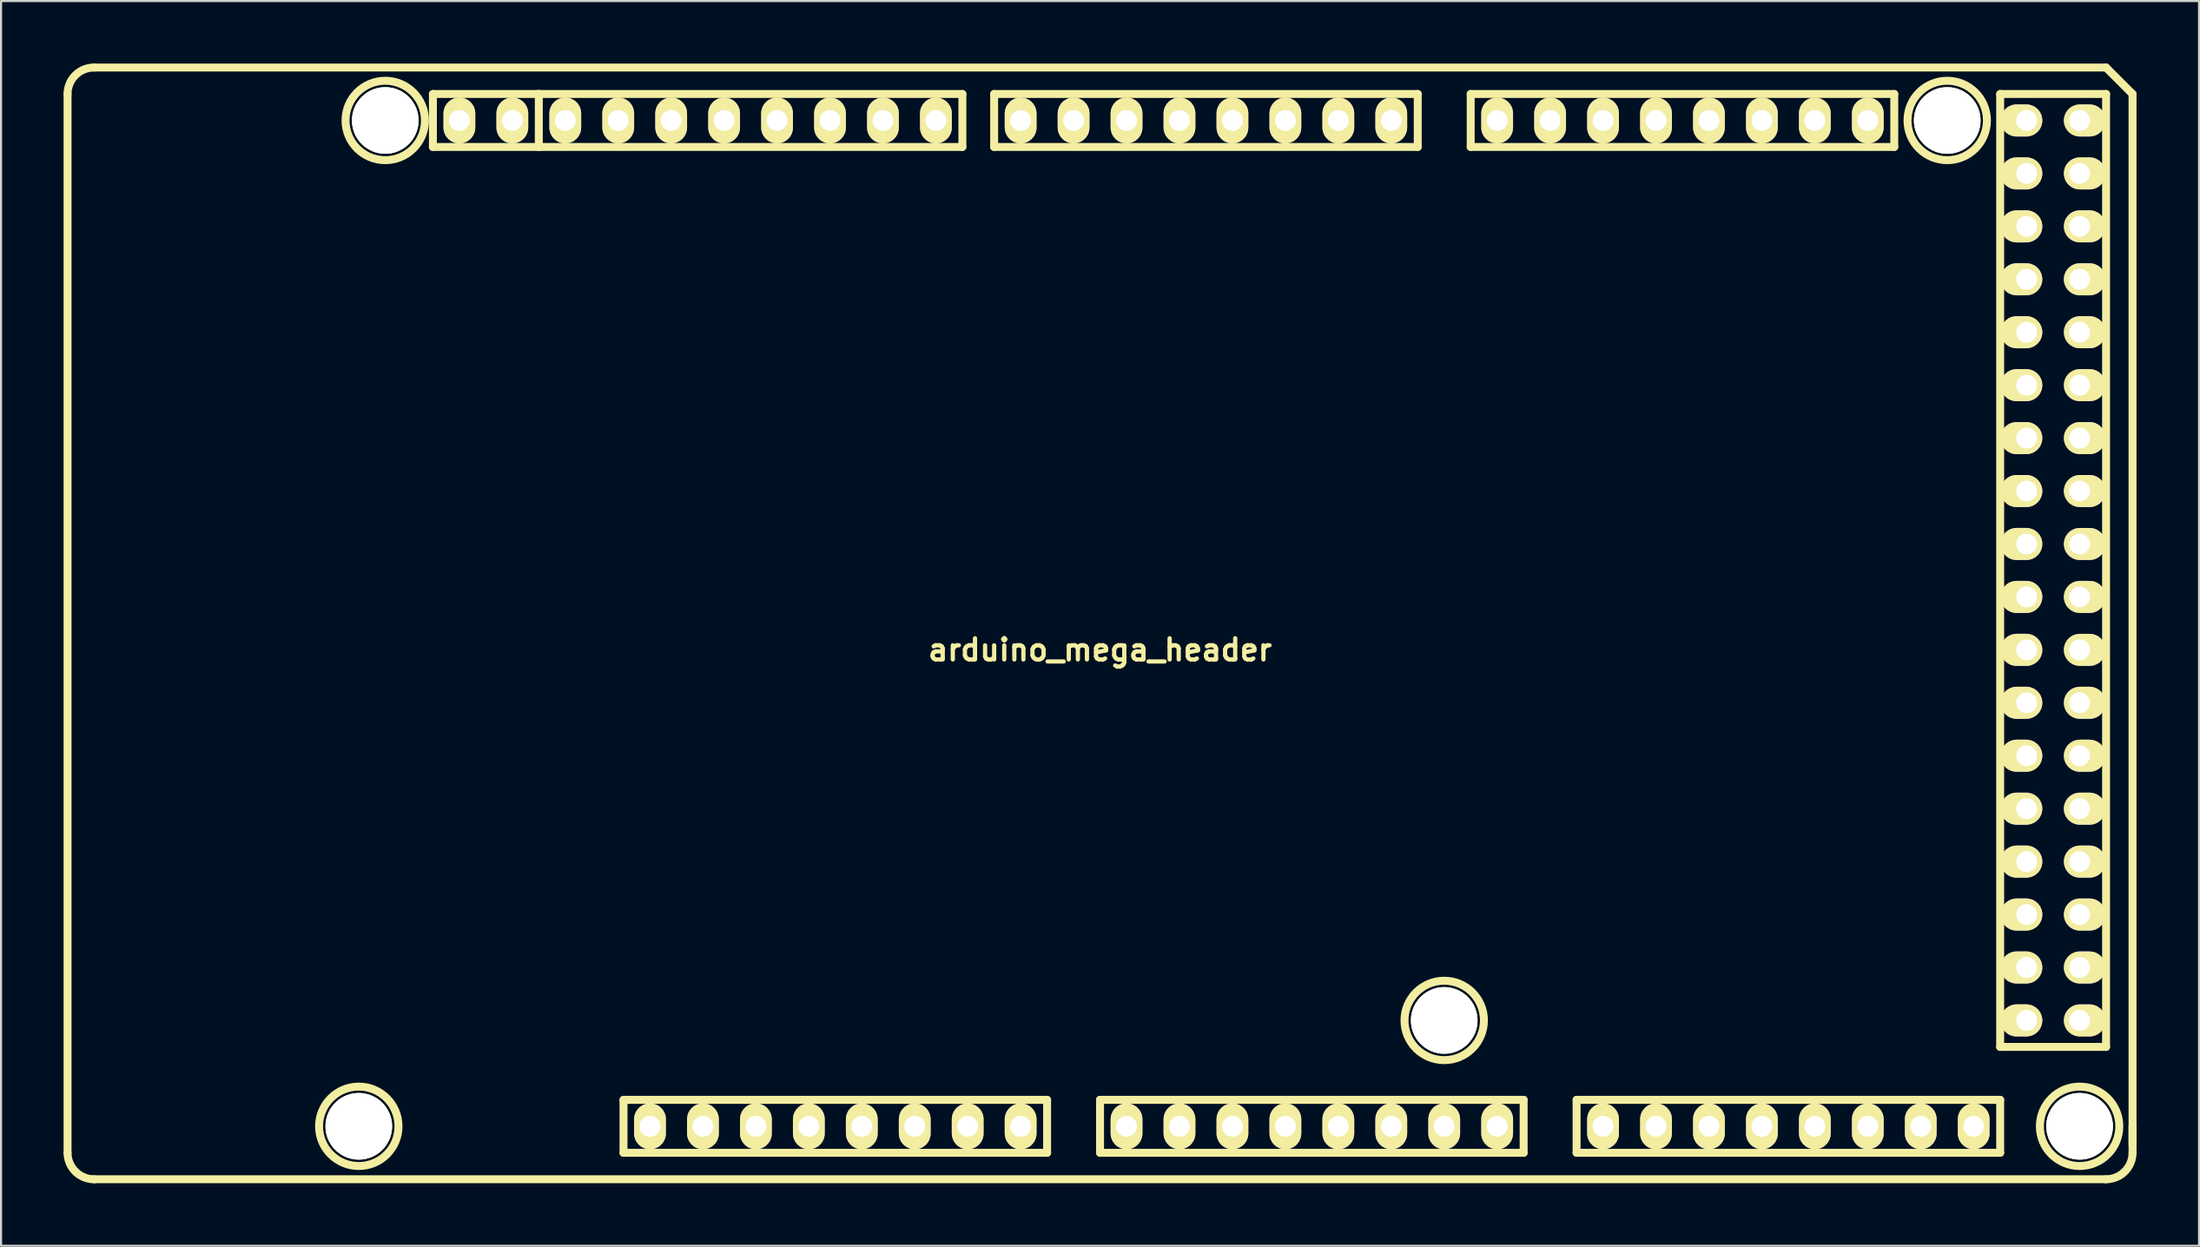
<source format=kicad_pcb>
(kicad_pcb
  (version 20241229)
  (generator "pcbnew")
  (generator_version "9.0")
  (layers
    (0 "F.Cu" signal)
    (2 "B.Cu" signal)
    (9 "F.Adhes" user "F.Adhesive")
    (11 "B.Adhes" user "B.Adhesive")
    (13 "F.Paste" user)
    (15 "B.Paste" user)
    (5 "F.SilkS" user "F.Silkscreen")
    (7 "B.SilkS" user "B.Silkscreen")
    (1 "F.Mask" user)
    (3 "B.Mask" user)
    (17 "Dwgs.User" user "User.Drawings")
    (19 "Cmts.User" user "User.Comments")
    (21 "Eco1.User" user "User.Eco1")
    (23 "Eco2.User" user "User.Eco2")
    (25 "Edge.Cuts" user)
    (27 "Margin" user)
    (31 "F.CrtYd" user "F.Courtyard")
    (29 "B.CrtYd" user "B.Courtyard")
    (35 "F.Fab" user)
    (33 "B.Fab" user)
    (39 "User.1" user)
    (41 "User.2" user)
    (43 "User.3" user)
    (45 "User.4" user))
  (footprint "arduino_mega_header"
    (layer "F.Cu")
    (at 49.721 26.86)
    (property "Reference" "arduino_mega_header" (at 0 1.27 0) (layer "F.SilkS") (effects (font (size 1.016 1.016) (thickness 0.203))))
    (attr through_hole)
    (fp_line (start -49.53 25.4) (end -49.53 -25.4) (stroke (width 0.381) (type solid)) (layer "F.SilkS"))
    (fp_line (start -48.26 -26.67) (end 48.26 -26.67) (stroke (width 0.381) (type solid)) (layer "F.SilkS"))
    (fp_line (start -48.26 26.67) (end 48.26 26.67) (stroke (width 0.381) (type solid)) (layer "F.SilkS"))
    (fp_line (start -32.004 -25.4) (end -32.004 -22.86) (stroke (width 0.381) (type solid)) (layer "F.SilkS"))
    (fp_line (start -32.004 -22.86) (end -26.924 -22.86) (stroke (width 0.381) (type solid)) (layer "F.SilkS"))
    (fp_line (start -26.924 -25.4) (end -32.004 -25.4) (stroke (width 0.381) (type solid)) (layer "F.SilkS"))
    (fp_line (start -26.924 -22.86) (end -26.924 -25.4) (stroke (width 0.381) (type solid)) (layer "F.SilkS"))
    (fp_line (start -22.86 25.4) (end -22.86 22.86) (stroke (width 0.381) (type solid)) (layer "F.SilkS"))
    (fp_line (start -22.86 25.4) (end -2.54 25.4) (stroke (width 0.381) (type solid)) (layer "F.SilkS"))
    (fp_line (start -6.604 -25.4) (end -26.924 -25.4) (stroke (width 0.381) (type solid)) (layer "F.SilkS"))
    (fp_line (start -6.604 -22.86) (end -26.924 -22.86) (stroke (width 0.381) (type solid)) (layer "F.SilkS"))
    (fp_line (start -6.604 -22.86) (end -6.604 -25.4) (stroke (width 0.381) (type solid)) (layer "F.SilkS"))
    (fp_line (start -5.08 -25.4) (end 15.24 -25.4) (stroke (width 0.381) (type solid)) (layer "F.SilkS"))
    (fp_line (start -5.08 -22.86) (end -5.08 -25.4) (stroke (width 0.381) (type solid)) (layer "F.SilkS"))
    (fp_line (start -2.54 22.86) (end -22.86 22.86) (stroke (width 0.381) (type solid)) (layer "F.SilkS"))
    (fp_line (start -2.54 22.86) (end -2.54 25.4) (stroke (width 0.381) (type solid)) (layer "F.SilkS"))
    (fp_line (start 0 22.86) (end 0 25.4) (stroke (width 0.381) (type solid)) (layer "F.SilkS"))
    (fp_line (start 0 25.4) (end 20.32 25.4) (stroke (width 0.381) (type solid)) (layer "F.SilkS"))
    (fp_line (start 15.24 -25.4) (end 15.24 -22.86) (stroke (width 0.381) (type solid)) (layer "F.SilkS"))
    (fp_line (start 15.24 -22.86) (end -5.08 -22.86) (stroke (width 0.381) (type solid)) (layer "F.SilkS"))
    (fp_line (start 17.78 -25.4) (end 17.78 -22.86) (stroke (width 0.381) (type solid)) (layer "F.SilkS"))
    (fp_line (start 17.78 -22.86) (end 38.1 -22.86) (stroke (width 0.381) (type solid)) (layer "F.SilkS"))
    (fp_line (start 20.32 22.86) (end 0 22.86) (stroke (width 0.381) (type solid)) (layer "F.SilkS"))
    (fp_line (start 20.32 25.4) (end 20.32 22.86) (stroke (width 0.381) (type solid)) (layer "F.SilkS"))
    (fp_line (start 22.86 22.86) (end 43.18 22.86) (stroke (width 0.381) (type solid)) (layer "F.SilkS"))
    (fp_line (start 22.86 25.4) (end 22.86 22.86) (stroke (width 0.381) (type solid)) (layer "F.SilkS"))
    (fp_line (start 38.1 -25.4) (end 17.78 -25.4) (stroke (width 0.381) (type solid)) (layer "F.SilkS"))
    (fp_line (start 38.1 -22.86) (end 38.1 -25.4) (stroke (width 0.381) (type solid)) (layer "F.SilkS"))
    (fp_line (start 43.18 -25.4) (end 43.18 20.32) (stroke (width 0.381) (type solid)) (layer "F.SilkS"))
    (fp_line (start 43.18 20.32) (end 48.26 20.32) (stroke (width 0.381) (type solid)) (layer "F.SilkS"))
    (fp_line (start 43.18 22.86) (end 43.18 25.4) (stroke (width 0.381) (type solid)) (layer "F.SilkS"))
    (fp_line (start 43.18 25.4) (end 22.86 25.4) (stroke (width 0.381) (type solid)) (layer "F.SilkS"))
    (fp_line (start 48.26 -26.67) (end 49.53 -25.4) (stroke (width 0.381) (type solid)) (layer "F.SilkS"))
    (fp_line (start 48.26 -25.4) (end 43.18 -25.4) (stroke (width 0.381) (type solid)) (layer "F.SilkS"))
    (fp_line (start 48.26 20.32) (end 48.26 -25.4) (stroke (width 0.381) (type solid)) (layer "F.SilkS"))
    (fp_line (start 49.53 -25.4) (end 49.53 25) (stroke (width 0.381) (type solid)) (layer "F.SilkS"))
    (fp_line (start 49.53 24.13) (end 49.53 25.4) (stroke (width 0.381) (type solid)) (layer "F.SilkS"))
    (fp_arc (start -49.53 -25.4) (mid -49.158026 -26.298026) (end -48.26 -26.67) (stroke (width 0.381) (type solid)) (layer "F.SilkS"))
    (fp_arc (start -48.26 26.67) (mid -49.158026 26.298026) (end -49.53 25.4) (stroke (width 0.381) (type solid)) (layer "F.SilkS"))
    (fp_arc (start 49.53 25.4) (mid 49.158026 26.298026) (end 48.26 26.67) (stroke (width 0.381) (type solid)) (layer "F.SilkS"))
    (fp_circle (center -35.56 24.13) (end -33.655 24.13) (stroke (width 0.381) (type solid)) (fill no) (layer "F.SilkS"))
    (fp_circle (center -34.29 -24.13) (end -32.385 -24.13) (stroke (width 0.381) (type solid)) (fill no) (layer "F.SilkS"))
    (fp_circle (center 16.51 19.05) (end 18.415 19.05) (stroke (width 0.381) (type solid)) (fill no) (layer "F.SilkS"))
    (fp_circle (center 40.64 -24.13) (end 42.545 -24.13) (stroke (width 0.381) (type solid)) (fill no) (layer "F.SilkS"))
    (fp_circle (center 46.99 24.13) (end 48.895 24.13) (stroke (width 0.381) (type solid)) (fill no) (layer "F.SilkS"))
    (pad "" np_thru_hole circle (at -35.56 24.13) (size 3.198 3.198) (drill 3.198) (layers "*.Cu" "*.Mask" "F.SilkS"))
    (pad "" np_thru_hole circle (at -34.29 -24.13) (size 3.198 3.198) (drill 3.198) (layers "*.Cu" "*.Mask" "F.SilkS"))
    (pad "" np_thru_hole circle (at 16.51 19.05) (size 3.198 3.198) (drill 3.198) (layers "*.Cu" "*.Mask" "F.SilkS"))
    (pad "" np_thru_hole circle (at 40.64 -24.13) (size 3.198 3.198) (drill 3.198) (layers "*.Cu" "*.Mask" "F.SilkS"))
    (pad "" np_thru_hole circle (at 46.99 24.13) (size 3.198 3.198) (drill 3.198) (layers "*.Cu" "*.Mask" "F.SilkS"))
    (pad "1" thru_hole oval (at -21.59 24.13) (size 1.524 2.2) (drill 1.001) (layers "*.Cu" "*.Mask" "F.SilkS"))
    (pad "2" thru_hole oval (at -19.05 24.13) (size 1.524 2.2) (drill 1.001) (layers "*.Cu" "*.Mask" "F.SilkS"))
    (pad "3" thru_hole oval (at -16.51 24.13) (size 1.524 2.2) (drill 1.001) (layers "*.Cu" "*.Mask" "F.SilkS"))
    (pad "4" thru_hole oval (at -13.97 24.13) (size 1.524 2.2) (drill 1.001) (layers "*.Cu" "*.Mask" "F.SilkS"))
    (pad "5" thru_hole oval (at -11.43 24.13) (size 1.524 2.2) (drill 1.001) (layers "*.Cu" "*.Mask" "F.SilkS"))
    (pad "6" thru_hole oval (at -8.89 24.13) (size 1.524 2.2) (drill 1.001) (layers "*.Cu" "*.Mask" "F.SilkS"))
    (pad "7" thru_hole oval (at -6.35 24.13) (size 1.524 2.2) (drill 1.001) (layers "*.Cu" "*.Mask" "F.SilkS"))
    (pad "8" thru_hole oval (at -3.81 24.13) (size 1.524 2.2) (drill 1.001) (layers "*.Cu" "*.Mask" "F.SilkS"))
    (pad "9" thru_hole oval (at 1.27 24.13) (size 1.524 2.2) (drill 1.001) (layers "*.Cu" "*.Mask" "F.SilkS"))
    (pad "10" thru_hole oval (at 3.81 24.13) (size 1.524 2.2) (drill 1.001) (layers "*.Cu" "*.Mask" "F.SilkS"))
    (pad "11" thru_hole oval (at 6.35 24.13) (size 1.524 2.2) (drill 1.001) (layers "*.Cu" "*.Mask" "F.SilkS"))
    (pad "12" thru_hole oval (at 8.89 24.13) (size 1.524 2.2) (drill 1.001) (layers "*.Cu" "*.Mask" "F.SilkS"))
    (pad "13" thru_hole oval (at 11.43 24.13) (size 1.524 2.2) (drill 1.001) (layers "*.Cu" "*.Mask" "F.SilkS"))
    (pad "14" thru_hole oval (at 13.97 24.13) (size 1.524 2.2) (drill 1.001) (layers "*.Cu" "*.Mask" "F.SilkS"))
    (pad "15" thru_hole oval (at 16.51 24.13) (size 1.524 2.2) (drill 1.001) (layers "*.Cu" "*.Mask" "F.SilkS"))
    (pad "16" thru_hole oval (at 19.05 24.13) (size 1.524 2.2) (drill 1.001) (layers "*.Cu" "*.Mask" "F.SilkS"))
    (pad "17" thru_hole oval (at 24.13 24.13) (size 1.524 2.2) (drill 1.001) (layers "*.Cu" "*.Mask" "F.SilkS"))
    (pad "18" thru_hole oval (at 26.67 24.13) (size 1.524 2.2) (drill 1.001) (layers "*.Cu" "*.Mask" "F.SilkS"))
    (pad "19" thru_hole oval (at 29.21 24.13) (size 1.524 2.2) (drill 1.001) (layers "*.Cu" "*.Mask" "F.SilkS"))
    (pad "20" thru_hole oval (at 31.75 24.13) (size 1.524 2.197) (drill 1.001) (layers "*.Cu" "*.Mask" "F.SilkS"))
    (pad "21" thru_hole oval (at 34.29 24.13) (size 1.524 2.197) (drill 1.001) (layers "*.Cu" "*.Mask" "F.SilkS"))
    (pad "22" thru_hole oval (at 36.83 24.13) (size 1.524 2.197) (drill 1.001) (layers "*.Cu" "*.Mask" "F.SilkS"))
    (pad "23" thru_hole oval (at 39.37 24.13) (size 1.524 2.197) (drill 1.001) (layers "*.Cu" "*.Mask" "F.SilkS"))
    (pad "24" thru_hole oval (at 41.91 24.13) (size 1.524 2.197) (drill 1.001) (layers "*.Cu" "*.Mask" "F.SilkS"))
    (pad "25" thru_hole oval (at 44.45 19.05) (size 1.999 1.539) (drill 1.001 (offset -0.249 0)) (layers "*.Cu" "*.Mask" "F.SilkS"))
    (pad "26" thru_hole oval (at 44.45 16.51) (size 1.999 1.539) (drill 1.001 (offset -0.249 0)) (layers "*.Cu" "*.Mask" "F.SilkS"))
    (pad "27" thru_hole oval (at 44.45 13.97) (size 1.999 1.539) (drill 1.001 (offset -0.249 0)) (layers "*.Cu" "*.Mask" "F.SilkS"))
    (pad "28" thru_hole oval (at 44.45 11.43) (size 1.999 1.539) (drill 1.001 (offset -0.249 0)) (layers "*.Cu" "*.Mask" "F.SilkS"))
    (pad "29" thru_hole oval (at 44.45 8.89) (size 1.999 1.539) (drill 1.001 (offset -0.249 0)) (layers "*.Cu" "*.Mask" "F.SilkS"))
    (pad "30" thru_hole oval (at 44.45 6.35) (size 1.999 1.539) (drill 1.001 (offset -0.249 0)) (layers "*.Cu" "*.Mask" "F.SilkS"))
    (pad "31" thru_hole oval (at 44.45 3.81) (size 1.999 1.539) (drill 1.001 (offset -0.249 0)) (layers "*.Cu" "*.Mask" "F.SilkS"))
    (pad "32" thru_hole oval (at 44.45 1.27) (size 1.999 1.539) (drill 1.001 (offset -0.249 0)) (layers "*.Cu" "*.Mask" "F.SilkS"))
    (pad "33" thru_hole oval (at 44.45 -1.27) (size 1.999 1.539) (drill 1.001 (offset -0.249 0)) (layers "*.Cu" "*.Mask" "F.SilkS"))
    (pad "34" thru_hole oval (at 44.45 -3.81) (size 1.999 1.539) (drill 1.001 (offset -0.249 0)) (layers "*.Cu" "*.Mask" "F.SilkS"))
    (pad "35" thru_hole oval (at 44.45 -6.35) (size 1.999 1.539) (drill 1.001 (offset -0.249 0)) (layers "*.Cu" "*.Mask" "F.SilkS"))
    (pad "36" thru_hole oval (at 44.45 -8.89) (size 1.999 1.539) (drill 1.001 (offset -0.249 0)) (layers "*.Cu" "*.Mask" "F.SilkS"))
    (pad "37" thru_hole oval (at 44.45 -11.43) (size 1.999 1.539) (drill 1.001 (offset -0.249 0)) (layers "*.Cu" "*.Mask" "F.SilkS"))
    (pad "38" thru_hole oval (at 44.45 -13.97) (size 1.999 1.539) (drill 1.001 (offset -0.249 0)) (layers "*.Cu" "*.Mask" "F.SilkS"))
    (pad "39" thru_hole oval (at 44.45 -16.51) (size 1.999 1.539) (drill 1.001 (offset -0.249 0)) (layers "*.Cu" "*.Mask" "F.SilkS"))
    (pad "40" thru_hole oval (at 44.45 -19.05) (size 1.999 1.539) (drill 1.001 (offset -0.249 0)) (layers "*.Cu" "*.Mask" "F.SilkS"))
    (pad "41" thru_hole oval (at 44.45 -21.59) (size 1.999 1.539) (drill 1.001 (offset -0.249 0)) (layers "*.Cu" "*.Mask" "F.SilkS"))
    (pad "42" thru_hole oval (at 44.45 -24.13) (size 1.999 1.539) (drill 1.001 (offset -0.249 0)) (layers "*.Cu" "*.Mask" "F.SilkS"))
    (pad "43" thru_hole oval (at 46.99 19.05) (size 1.999 1.537) (drill 1.001 (offset 0.246 0)) (layers "*.Cu" "*.Mask" "F.SilkS"))
    (pad "44" thru_hole oval (at 46.99 16.51) (size 1.999 1.537) (drill 1.001 (offset 0.246 0)) (layers "*.Cu" "*.Mask" "F.SilkS"))
    (pad "45" thru_hole oval (at 46.99 13.97) (size 1.999 1.537) (drill 1.001 (offset 0.246 0)) (layers "*.Cu" "*.Mask" "F.SilkS"))
    (pad "46" thru_hole oval (at 46.99 11.43) (size 1.999 1.537) (drill 1.001 (offset 0.246 0)) (layers "*.Cu" "*.Mask" "F.SilkS"))
    (pad "47" thru_hole oval (at 46.99 8.89) (size 1.999 1.537) (drill 1.001 (offset 0.246 0)) (layers "*.Cu" "*.Mask" "F.SilkS"))
    (pad "48" thru_hole oval (at 46.99 6.35) (size 1.999 1.537) (drill 1.001 (offset 0.246 0)) (layers "*.Cu" "*.Mask" "F.SilkS"))
    (pad "49" thru_hole oval (at 46.99 3.81) (size 1.999 1.537) (drill 1.001 (offset 0.246 0)) (layers "*.Cu" "*.Mask" "F.SilkS"))
    (pad "50" thru_hole oval (at 46.99 1.27) (size 1.999 1.537) (drill 1.001 (offset 0.246 0)) (layers "*.Cu" "*.Mask" "F.SilkS"))
    (pad "51" thru_hole oval (at 46.99 -1.27) (size 1.999 1.537) (drill 1.001 (offset 0.246 0)) (layers "*.Cu" "*.Mask" "F.SilkS"))
    (pad "52" thru_hole oval (at 46.99 -3.81) (size 1.999 1.537) (drill 1.001 (offset 0.246 0)) (layers "*.Cu" "*.Mask" "F.SilkS"))
    (pad "53" thru_hole oval (at 46.99 -6.35) (size 1.999 1.537) (drill 1.001 (offset 0.246 0)) (layers "*.Cu" "*.Mask" "F.SilkS"))
    (pad "54" thru_hole oval (at 46.99 -8.89) (size 1.999 1.537) (drill 1.001 (offset 0.246 0)) (layers "*.Cu" "*.Mask" "F.SilkS"))
    (pad "55" thru_hole oval (at 46.99 -11.43) (size 1.999 1.537) (drill 1.001 (offset 0.246 0)) (layers "*.Cu" "*.Mask" "F.SilkS"))
    (pad "56" thru_hole oval (at 46.99 -13.97) (size 1.999 1.537) (drill 1.001 (offset 0.246 0)) (layers "*.Cu" "*.Mask" "F.SilkS"))
    (pad "57" thru_hole oval (at 46.99 -16.51) (size 1.999 1.537) (drill 1.001 (offset 0.246 0)) (layers "*.Cu" "*.Mask" "F.SilkS"))
    (pad "58" thru_hole oval (at 46.99 -19.05) (size 1.999 1.537) (drill 1.001 (offset 0.246 0)) (layers "*.Cu" "*.Mask" "F.SilkS"))
    (pad "59" thru_hole oval (at 46.99 -21.59) (size 1.999 1.537) (drill 1.001 (offset 0.246 0)) (layers "*.Cu" "*.Mask" "F.SilkS"))
    (pad "60" thru_hole oval (at 46.99 -24.13) (size 1.999 1.537) (drill 1.001 (offset 0.246 0)) (layers "*.Cu" "*.Mask" "F.SilkS"))
    (pad "61" thru_hole oval (at 36.83 -24.13) (size 1.524 2.197) (drill 1.001) (layers "*.Cu" "*.Mask" "F.SilkS"))
    (pad "62" thru_hole oval (at 34.29 -24.13) (size 1.524 2.197) (drill 1.001) (layers "*.Cu" "*.Mask" "F.SilkS"))
    (pad "63" thru_hole oval (at 31.75 -24.13) (size 1.524 2.197) (drill 1.001) (layers "*.Cu" "*.Mask" "F.SilkS"))
    (pad "64" thru_hole oval (at 29.21 -24.13) (size 1.524 2.197) (drill 1.001) (layers "*.Cu" "*.Mask" "F.SilkS"))
    (pad "65" thru_hole oval (at 26.67 -24.13) (size 1.524 2.197) (drill 1.001) (layers "*.Cu" "*.Mask" "F.SilkS"))
    (pad "66" thru_hole oval (at 24.13 -24.13) (size 1.524 2.197) (drill 1.001) (layers "*.Cu" "*.Mask" "F.SilkS"))
    (pad "67" thru_hole oval (at 21.59 -24.13) (size 1.524 2.197) (drill 1.001) (layers "*.Cu" "*.Mask" "F.SilkS"))
    (pad "68" thru_hole oval (at 19.05 -24.13) (size 1.524 2.197) (drill 1.001) (layers "*.Cu" "*.Mask" "F.SilkS"))
    (pad "69" thru_hole oval (at 13.97 -24.13) (size 1.524 2.197) (drill 1.001) (layers "*.Cu" "*.Mask" "F.SilkS"))
    (pad "70" thru_hole oval (at 11.43 -24.13) (size 1.524 2.197) (drill 1.001) (layers "*.Cu" "*.Mask" "F.SilkS"))
    (pad "71" thru_hole oval (at 8.89 -24.13) (size 1.524 2.197) (drill 1.001) (layers "*.Cu" "*.Mask" "F.SilkS"))
    (pad "72" thru_hole oval (at 6.35 -24.13) (size 1.524 2.197) (drill 1.001) (layers "*.Cu" "*.Mask" "F.SilkS"))
    (pad "73" thru_hole oval (at 3.81 -24.13) (size 1.524 2.197) (drill 1.001) (layers "*.Cu" "*.Mask" "F.SilkS"))
    (pad "74" thru_hole oval (at 1.27 -24.13) (size 1.524 2.197) (drill 1.001) (layers "*.Cu" "*.Mask" "F.SilkS"))
    (pad "75" thru_hole oval (at -1.27 -24.13) (size 1.524 2.197) (drill 1.001) (layers "*.Cu" "*.Mask" "F.SilkS"))
    (pad "76" thru_hole oval (at -3.81 -24.13) (size 1.524 2.197) (drill 1.001) (layers "*.Cu" "*.Mask" "F.SilkS"))
    (pad "77" thru_hole oval (at -7.874 -24.13) (size 1.524 2.197) (drill 1.001) (layers "*.Cu" "*.Mask" "F.SilkS"))
    (pad "78" thru_hole oval (at -10.414 -24.13) (size 1.524 2.197) (drill 1.001) (layers "*.Cu" "*.Mask" "F.SilkS"))
    (pad "79" thru_hole oval (at -12.954 -24.13) (size 1.524 2.197) (drill 1.001) (layers "*.Cu" "*.Mask" "F.SilkS"))
    (pad "80" thru_hole oval (at -15.494 -24.13) (size 1.524 2.197) (drill 1.001) (layers "*.Cu" "*.Mask" "F.SilkS"))
    (pad "81" thru_hole oval (at -18.034 -24.13) (size 1.524 2.197) (drill 1.001) (layers "*.Cu" "*.Mask" "F.SilkS"))
    (pad "82" thru_hole oval (at -20.574 -24.13) (size 1.524 2.197) (drill 1.001) (layers "*.Cu" "*.Mask" "F.SilkS"))
    (pad "83" thru_hole oval (at -23.114 -24.13) (size 1.524 2.197) (drill 1.001) (layers "*.Cu" "*.Mask" "F.SilkS"))
    (pad "84" thru_hole oval (at -25.654 -24.13) (size 1.524 2.197) (drill 1.001) (layers "*.Cu" "*.Mask" "F.SilkS"))
    (pad "85" thru_hole oval (at -28.194 -24.13) (size 1.524 2.197) (drill 1.001) (layers "*.Cu" "*.Mask" "F.SilkS"))
    (pad "86" thru_hole oval (at -30.734 -24.13) (size 1.524 2.197) (drill 1.001) (layers "*.Cu" "*.Mask" "F.SilkS")))
  (gr_rect
    (start -3 -3)
    (end 102.441 56.721)
    (stroke (width 0.1) (type default))
    (fill no)
    (layer "Edge.Cuts")))
</source>
